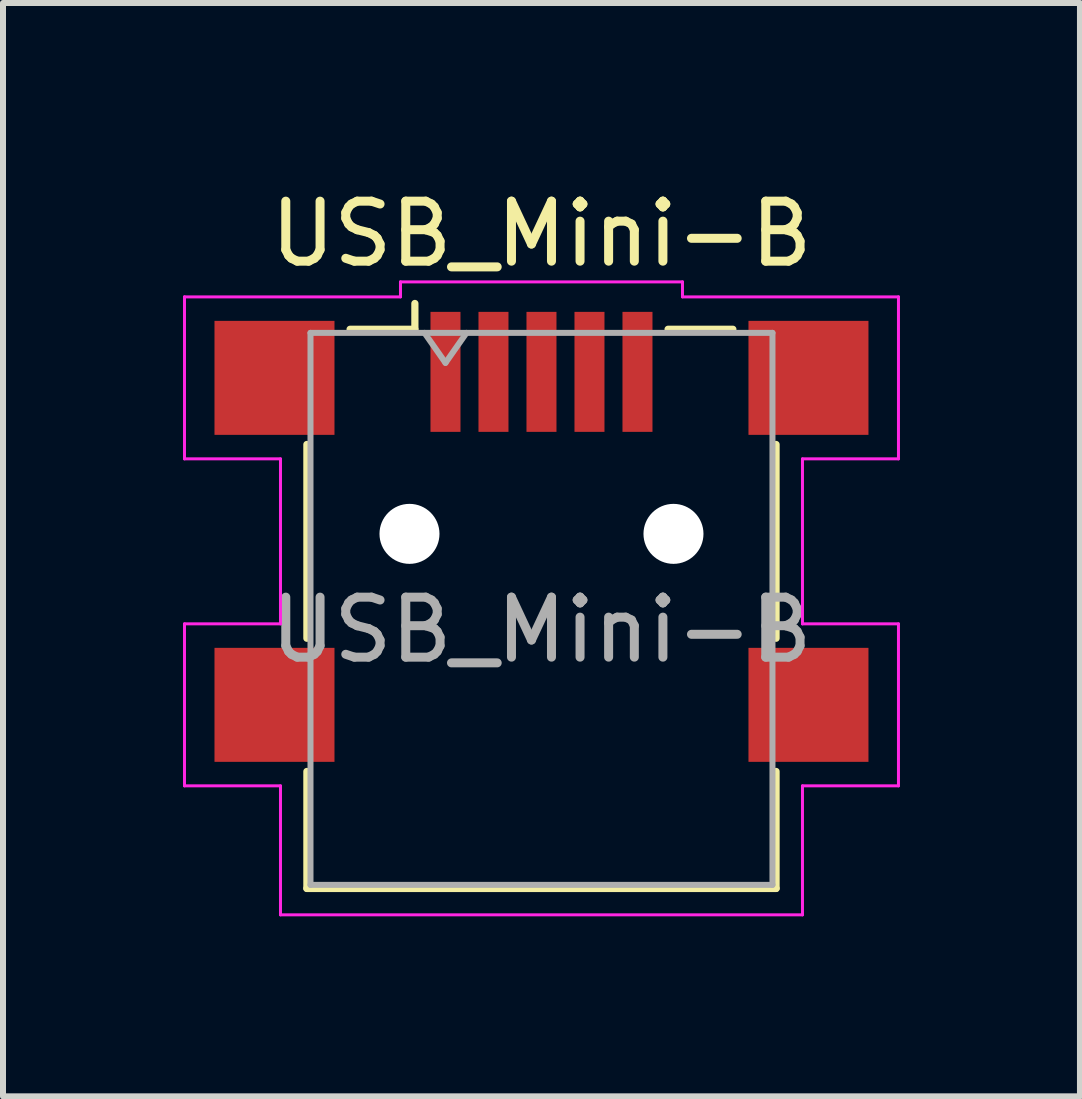
<source format=kicad_pcb>
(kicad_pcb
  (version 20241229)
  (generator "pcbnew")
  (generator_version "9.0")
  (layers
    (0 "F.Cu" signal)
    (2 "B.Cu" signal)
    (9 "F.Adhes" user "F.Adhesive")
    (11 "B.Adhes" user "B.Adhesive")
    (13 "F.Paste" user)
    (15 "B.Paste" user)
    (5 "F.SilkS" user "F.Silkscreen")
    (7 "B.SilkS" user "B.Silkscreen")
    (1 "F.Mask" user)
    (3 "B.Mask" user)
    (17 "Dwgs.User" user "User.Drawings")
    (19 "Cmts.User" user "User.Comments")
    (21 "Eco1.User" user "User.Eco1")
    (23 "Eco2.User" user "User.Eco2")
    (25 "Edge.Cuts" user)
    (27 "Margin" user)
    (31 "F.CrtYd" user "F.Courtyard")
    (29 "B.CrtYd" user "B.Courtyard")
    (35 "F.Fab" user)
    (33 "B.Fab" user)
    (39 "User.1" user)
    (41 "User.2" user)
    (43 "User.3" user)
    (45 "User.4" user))
  (footprint "USB_Mini-B"
    (layer "F.Cu")
    (at 5.975 5.848)
    (property "Reference" "USB_Mini-B" (at 0 -5 0) (layer "F.SilkS") (effects (font (size 1 1) (thickness 0.15))))
    (attr smd)
    (fp_line (start -3.91 1.74) (end -3.91 -1.49) (stroke (width 0.12) (type solid)) (layer "F.SilkS"))
    (fp_line (start -3.91 5.91) (end -3.91 3.96) (stroke (width 0.12) (type solid)) (layer "F.SilkS"))
    (fp_line (start -3.19 -3.41) (end -2.11 -3.41) (stroke (width 0.12) (type solid)) (layer "F.SilkS"))
    (fp_line (start -2.11 -3.41) (end -2.11 -3.84) (stroke (width 0.12) (type solid)) (layer "F.SilkS"))
    (fp_line (start 2.11 -3.41) (end 3.19 -3.41) (stroke (width 0.12) (type solid)) (layer "F.SilkS"))
    (fp_line (start 3.91 1.74) (end 3.91 -1.49) (stroke (width 0.12) (type solid)) (layer "F.SilkS"))
    (fp_line (start 3.91 5.91) (end -3.91 5.91) (stroke (width 0.12) (type solid)) (layer "F.SilkS"))
    (fp_line (start 3.91 5.91) (end 3.91 3.96) (stroke (width 0.12) (type solid)) (layer "F.SilkS"))
    (fp_line (start -5.95 -3.95) (end -5.95 -1.25) (stroke (width 0.05) (type solid)) (layer "F.CrtYd"))
    (fp_line (start -5.95 -3.95) (end -2.35 -3.95) (stroke (width 0.05) (type solid)) (layer "F.CrtYd"))
    (fp_line (start -5.95 1.5) (end -5.95 4.2) (stroke (width 0.05) (type solid)) (layer "F.CrtYd"))
    (fp_line (start -4.35 -1.25) (end -5.95 -1.25) (stroke (width 0.05) (type solid)) (layer "F.CrtYd"))
    (fp_line (start -4.35 -1.25) (end -4.35 1.5) (stroke (width 0.05) (type solid)) (layer "F.CrtYd"))
    (fp_line (start -4.35 1.5) (end -5.95 1.5) (stroke (width 0.05) (type solid)) (layer "F.CrtYd"))
    (fp_line (start -4.35 4.2) (end -5.95 4.2) (stroke (width 0.05) (type solid)) (layer "F.CrtYd"))
    (fp_line (start -4.35 6.35) (end -4.35 4.2) (stroke (width 0.05) (type solid)) (layer "F.CrtYd"))
    (fp_line (start -4.35 6.35) (end 4.35 6.35) (stroke (width 0.05) (type solid)) (layer "F.CrtYd"))
    (fp_line (start -2.35 -3.95) (end -2.35 -4.2) (stroke (width 0.05) (type solid)) (layer "F.CrtYd"))
    (fp_line (start 2.35 -4.2) (end -2.35 -4.2) (stroke (width 0.05) (type solid)) (layer "F.CrtYd"))
    (fp_line (start 2.35 -3.95) (end 2.35 -4.2) (stroke (width 0.05) (type solid)) (layer "F.CrtYd"))
    (fp_line (start 4.35 -1.25) (end 4.35 1.5) (stroke (width 0.05) (type solid)) (layer "F.CrtYd"))
    (fp_line (start 4.35 -1.25) (end 5.95 -1.25) (stroke (width 0.05) (type solid)) (layer "F.CrtYd"))
    (fp_line (start 4.35 1.5) (end 5.95 1.5) (stroke (width 0.05) (type solid)) (layer "F.CrtYd"))
    (fp_line (start 4.35 4.2) (end 5.95 4.2) (stroke (width 0.05) (type solid)) (layer "F.CrtYd"))
    (fp_line (start 4.35 6.35) (end 4.35 4.2) (stroke (width 0.05) (type solid)) (layer "F.CrtYd"))
    (fp_line (start 5.95 -3.95) (end 2.35 -3.95) (stroke (width 0.05) (type solid)) (layer "F.CrtYd"))
    (fp_line (start 5.95 -3.95) (end 5.95 -1.25) (stroke (width 0.05) (type solid)) (layer "F.CrtYd"))
    (fp_line (start 5.95 1.5) (end 5.95 4.2) (stroke (width 0.05) (type solid)) (layer "F.CrtYd"))
    (fp_line (start -3.85 -3.35) (end -3.85 5.85) (stroke (width 0.1) (type solid)) (layer "F.Fab"))
    (fp_line (start -3.85 -3.35) (end 3.85 -3.35) (stroke (width 0.1) (type solid)) (layer "F.Fab"))
    (fp_line (start -3.85 5.85) (end 3.85 5.85) (stroke (width 0.1) (type solid)) (layer "F.Fab"))
    (fp_line (start -1.95 -3.35) (end -1.6 -2.85) (stroke (width 0.1) (type solid)) (layer "F.Fab"))
    (fp_line (start -1.6 -2.85) (end -1.25 -3.35) (stroke (width 0.1) (type solid)) (layer "F.Fab"))
    (fp_line (start 3.85 5.85) (end 3.85 -3.35) (stroke (width 0.1) (type solid)) (layer "F.Fab"))
    (fp_text user "${REFERENCE}" (at 0 1.6 180) (layer "F.Fab") (effects (font (size 1 1) (thickness 0.15))))
    (pad "" np_thru_hole circle (at -2.2 0) (size 1 1) (drill 1) (layers "*.Cu" "*.Mask"))
    (pad "" np_thru_hole circle (at 2.2 0) (size 1 1) (drill 1) (layers "*.Cu" "*.Mask"))
    (pad "1" smd rect (at -1.6 -2.7) (size 0.5 2) (layers "F.Cu" "F.Mask" "F.Paste"))
    (pad "2" smd rect (at -0.8 -2.7) (size 0.5 2) (layers "F.Cu" "F.Mask" "F.Paste"))
    (pad "3" smd rect (at 0 -2.7) (size 0.5 2) (layers "F.Cu" "F.Mask" "F.Paste"))
    (pad "4" smd rect (at 0.8 -2.7) (size 0.5 2) (layers "F.Cu" "F.Mask" "F.Paste"))
    (pad "5" smd rect (at 1.6 -2.7) (size 0.5 2) (layers "F.Cu" "F.Mask" "F.Paste"))
    (pad "6" smd rect (at -4.45 -2.6) (size 2 1.9) (layers "F.Cu" "F.Mask" "F.Paste"))
    (pad "6" smd rect (at -4.45 2.85) (size 2 1.9) (layers "F.Cu" "F.Mask" "F.Paste"))
    (pad "6" smd rect (at 4.45 -2.6) (size 2 1.9) (layers "F.Cu" "F.Mask" "F.Paste"))
    (pad "6" smd rect (at 4.45 2.85) (size 2 1.9) (layers "F.Cu" "F.Mask" "F.Paste")))
  (gr_rect
    (start -3 -3)
    (end 14.95 15.223)
    (stroke (width 0.1) (type default))
    (fill no)
    (layer "Edge.Cuts")))
</source>
